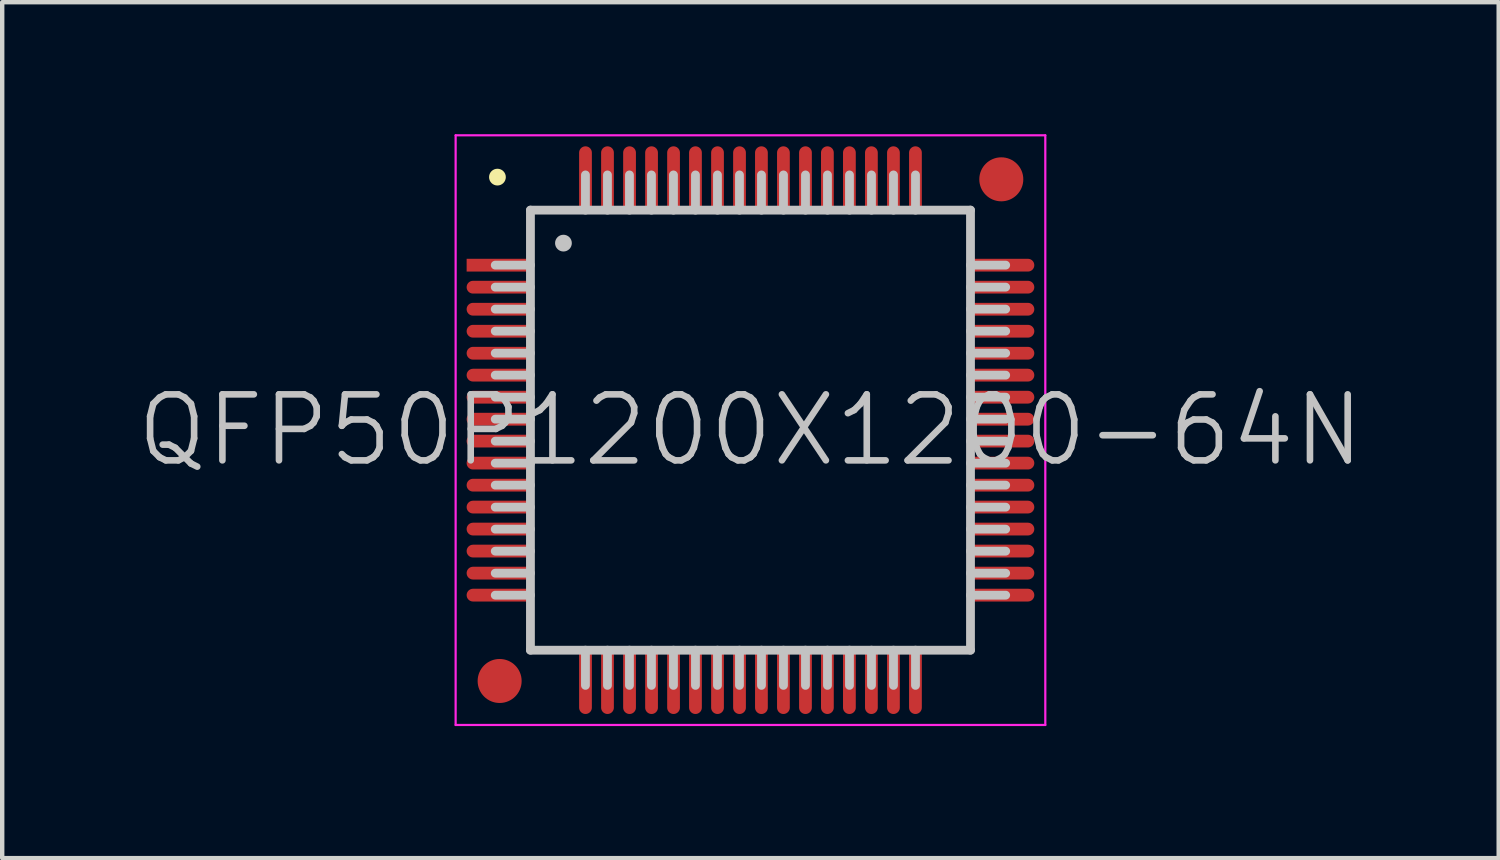
<source format=kicad_pcb>
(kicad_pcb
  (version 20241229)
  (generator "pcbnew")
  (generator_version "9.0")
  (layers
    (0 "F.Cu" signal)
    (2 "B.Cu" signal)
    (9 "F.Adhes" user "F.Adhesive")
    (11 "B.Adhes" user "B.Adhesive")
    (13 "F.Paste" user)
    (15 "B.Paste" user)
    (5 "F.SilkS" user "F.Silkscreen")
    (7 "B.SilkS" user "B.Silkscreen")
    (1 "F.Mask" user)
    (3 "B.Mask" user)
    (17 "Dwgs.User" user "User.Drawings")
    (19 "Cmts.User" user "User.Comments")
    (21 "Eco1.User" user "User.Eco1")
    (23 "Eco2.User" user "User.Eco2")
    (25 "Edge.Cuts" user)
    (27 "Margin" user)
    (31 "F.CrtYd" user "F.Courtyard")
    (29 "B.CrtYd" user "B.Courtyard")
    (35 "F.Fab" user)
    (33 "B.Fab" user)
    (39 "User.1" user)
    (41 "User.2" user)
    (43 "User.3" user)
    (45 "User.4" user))
  (footprint "QFP50P1200X1200-64N"
    (layer "F.Cu")
    (at 14.004 6.725)
    (property "Reference" "QFP50P1200X1200-64N" (at 0 0 0) (layer "Dwgs.User") (effects (font (size 1.5 1.5) (thickness 0.15))))
    (attr smd)
    (fp_line (start -5.75 -5.75) (end -5.75 -5.75) (stroke (width 0.381) (type solid)) (layer "F.SilkS"))
    (fp_line (start -5 -5) (end -5 5) (stroke (width 0.2) (type solid)) (layer "Dwgs.User"))
    (fp_line (start -5 -5) (end 5 -5) (stroke (width 0.2) (type solid)) (layer "Dwgs.User"))
    (fp_line (start -5 -3.75) (end -5.8 -3.75) (stroke (width 0.2) (type solid)) (layer "Dwgs.User"))
    (fp_line (start -5 -3.25) (end -5.8 -3.25) (stroke (width 0.2) (type solid)) (layer "Dwgs.User"))
    (fp_line (start -5 -2.75) (end -5.8 -2.75) (stroke (width 0.2) (type solid)) (layer "Dwgs.User"))
    (fp_line (start -5 -2.25) (end -5.8 -2.25) (stroke (width 0.2) (type solid)) (layer "Dwgs.User"))
    (fp_line (start -5 -1.75) (end -5.8 -1.75) (stroke (width 0.2) (type solid)) (layer "Dwgs.User"))
    (fp_line (start -5 -1.25) (end -5.8 -1.25) (stroke (width 0.2) (type solid)) (layer "Dwgs.User"))
    (fp_line (start -5 -0.75) (end -5.8 -0.75) (stroke (width 0.2) (type solid)) (layer "Dwgs.User"))
    (fp_line (start -5 -0.25) (end -5.8 -0.25) (stroke (width 0.2) (type solid)) (layer "Dwgs.User"))
    (fp_line (start -5 0.25) (end -5.8 0.25) (stroke (width 0.2) (type solid)) (layer "Dwgs.User"))
    (fp_line (start -5 0.75) (end -5.8 0.75) (stroke (width 0.2) (type solid)) (layer "Dwgs.User"))
    (fp_line (start -5 1.25) (end -5.8 1.25) (stroke (width 0.2) (type solid)) (layer "Dwgs.User"))
    (fp_line (start -5 1.75) (end -5.8 1.75) (stroke (width 0.2) (type solid)) (layer "Dwgs.User"))
    (fp_line (start -5 2.25) (end -5.8 2.25) (stroke (width 0.2) (type solid)) (layer "Dwgs.User"))
    (fp_line (start -5 2.75) (end -5.8 2.75) (stroke (width 0.2) (type solid)) (layer "Dwgs.User"))
    (fp_line (start -5 3.25) (end -5.8 3.25) (stroke (width 0.2) (type solid)) (layer "Dwgs.User"))
    (fp_line (start -5 3.75) (end -5.8 3.75) (stroke (width 0.2) (type solid)) (layer "Dwgs.User"))
    (fp_line (start -5 5) (end 5 5) (stroke (width 0.2) (type solid)) (layer "Dwgs.User"))
    (fp_line (start -4.25 -4.25) (end -4.25 -4.25) (stroke (width 0.381) (type solid)) (layer "Dwgs.User"))
    (fp_line (start -3.75 -5) (end -3.75 -5.8) (stroke (width 0.2) (type solid)) (layer "Dwgs.User"))
    (fp_line (start -3.75 5.8) (end -3.75 5) (stroke (width 0.2) (type solid)) (layer "Dwgs.User"))
    (fp_line (start -3.25 -5) (end -3.25 -5.8) (stroke (width 0.2) (type solid)) (layer "Dwgs.User"))
    (fp_line (start -3.25 5.8) (end -3.25 5) (stroke (width 0.2) (type solid)) (layer "Dwgs.User"))
    (fp_line (start -2.75 -5) (end -2.75 -5.8) (stroke (width 0.2) (type solid)) (layer "Dwgs.User"))
    (fp_line (start -2.75 5.8) (end -2.75 5) (stroke (width 0.2) (type solid)) (layer "Dwgs.User"))
    (fp_line (start -2.25 -5) (end -2.25 -5.8) (stroke (width 0.2) (type solid)) (layer "Dwgs.User"))
    (fp_line (start -2.25 5.8) (end -2.25 5) (stroke (width 0.2) (type solid)) (layer "Dwgs.User"))
    (fp_line (start -1.75 -5) (end -1.75 -5.8) (stroke (width 0.2) (type solid)) (layer "Dwgs.User"))
    (fp_line (start -1.75 5.8) (end -1.75 5) (stroke (width 0.2) (type solid)) (layer "Dwgs.User"))
    (fp_line (start -1.25 -5) (end -1.25 -5.8) (stroke (width 0.2) (type solid)) (layer "Dwgs.User"))
    (fp_line (start -1.25 5.8) (end -1.25 5) (stroke (width 0.2) (type solid)) (layer "Dwgs.User"))
    (fp_line (start -0.75 -5) (end -0.75 -5.8) (stroke (width 0.2) (type solid)) (layer "Dwgs.User"))
    (fp_line (start -0.75 5.8) (end -0.75 5) (stroke (width 0.2) (type solid)) (layer "Dwgs.User"))
    (fp_line (start -0.25 -5) (end -0.25 -5.8) (stroke (width 0.2) (type solid)) (layer "Dwgs.User"))
    (fp_line (start -0.25 5.8) (end -0.25 5) (stroke (width 0.2) (type solid)) (layer "Dwgs.User"))
    (fp_line (start 0.25 -5) (end 0.25 -5.8) (stroke (width 0.2) (type solid)) (layer "Dwgs.User"))
    (fp_line (start 0.25 5.8) (end 0.25 5) (stroke (width 0.2) (type solid)) (layer "Dwgs.User"))
    (fp_line (start 0.75 -5) (end 0.75 -5.8) (stroke (width 0.2) (type solid)) (layer "Dwgs.User"))
    (fp_line (start 0.75 5.8) (end 0.75 5) (stroke (width 0.2) (type solid)) (layer "Dwgs.User"))
    (fp_line (start 1.25 -5) (end 1.25 -5.8) (stroke (width 0.2) (type solid)) (layer "Dwgs.User"))
    (fp_line (start 1.25 5.8) (end 1.25 5) (stroke (width 0.2) (type solid)) (layer "Dwgs.User"))
    (fp_line (start 1.75 -5) (end 1.75 -5.8) (stroke (width 0.2) (type solid)) (layer "Dwgs.User"))
    (fp_line (start 1.75 5.8) (end 1.75 5) (stroke (width 0.2) (type solid)) (layer "Dwgs.User"))
    (fp_line (start 2.25 -5) (end 2.25 -5.8) (stroke (width 0.2) (type solid)) (layer "Dwgs.User"))
    (fp_line (start 2.25 5.8) (end 2.25 5) (stroke (width 0.2) (type solid)) (layer "Dwgs.User"))
    (fp_line (start 2.75 -5) (end 2.75 -5.8) (stroke (width 0.2) (type solid)) (layer "Dwgs.User"))
    (fp_line (start 2.75 5.8) (end 2.75 5) (stroke (width 0.2) (type solid)) (layer "Dwgs.User"))
    (fp_line (start 3.25 -5) (end 3.25 -5.8) (stroke (width 0.2) (type solid)) (layer "Dwgs.User"))
    (fp_line (start 3.25 5.8) (end 3.25 5) (stroke (width 0.2) (type solid)) (layer "Dwgs.User"))
    (fp_line (start 3.75 -5) (end 3.75 -5.8) (stroke (width 0.2) (type solid)) (layer "Dwgs.User"))
    (fp_line (start 3.75 5.8) (end 3.75 5) (stroke (width 0.2) (type solid)) (layer "Dwgs.User"))
    (fp_line (start 5 -5) (end 5 5) (stroke (width 0.2) (type solid)) (layer "Dwgs.User"))
    (fp_line (start 5.8 -3.75) (end 5 -3.75) (stroke (width 0.2) (type solid)) (layer "Dwgs.User"))
    (fp_line (start 5.8 -3.25) (end 5 -3.25) (stroke (width 0.2) (type solid)) (layer "Dwgs.User"))
    (fp_line (start 5.8 -2.75) (end 5 -2.75) (stroke (width 0.2) (type solid)) (layer "Dwgs.User"))
    (fp_line (start 5.8 -2.25) (end 5 -2.25) (stroke (width 0.2) (type solid)) (layer "Dwgs.User"))
    (fp_line (start 5.8 -1.75) (end 5 -1.75) (stroke (width 0.2) (type solid)) (layer "Dwgs.User"))
    (fp_line (start 5.8 -1.25) (end 5 -1.25) (stroke (width 0.2) (type solid)) (layer "Dwgs.User"))
    (fp_line (start 5.8 -0.75) (end 5 -0.75) (stroke (width 0.2) (type solid)) (layer "Dwgs.User"))
    (fp_line (start 5.8 -0.25) (end 5 -0.25) (stroke (width 0.2) (type solid)) (layer "Dwgs.User"))
    (fp_line (start 5.8 0.25) (end 5 0.25) (stroke (width 0.2) (type solid)) (layer "Dwgs.User"))
    (fp_line (start 5.8 0.75) (end 5 0.75) (stroke (width 0.2) (type solid)) (layer "Dwgs.User"))
    (fp_line (start 5.8 1.25) (end 5 1.25) (stroke (width 0.2) (type solid)) (layer "Dwgs.User"))
    (fp_line (start 5.8 1.75) (end 5 1.75) (stroke (width 0.2) (type solid)) (layer "Dwgs.User"))
    (fp_line (start 5.8 2.25) (end 5 2.25) (stroke (width 0.2) (type solid)) (layer "Dwgs.User"))
    (fp_line (start 5.8 2.75) (end 5 2.75) (stroke (width 0.2) (type solid)) (layer "Dwgs.User"))
    (fp_line (start 5.8 3.25) (end 5 3.25) (stroke (width 0.2) (type solid)) (layer "Dwgs.User"))
    (fp_line (start 5.8 3.75) (end 5 3.75) (stroke (width 0.2) (type solid)) (layer "Dwgs.User"))
    (fp_line (start -6.7 -6.7) (end -6.7 6.7) (stroke (width 0.05) (type solid)) (layer "F.CrtYd"))
    (fp_line (start -6.7 -6.7) (end 6.7 -6.7) (stroke (width 0.05) (type solid)) (layer "F.CrtYd"))
    (fp_line (start -6.7 6.7) (end 6.7 6.7) (stroke (width 0.05) (type solid)) (layer "F.CrtYd"))
    (fp_line (start 6.7 -6.7) (end 6.7 6.7) (stroke (width 0.05) (type solid)) (layer "F.CrtYd"))
    (pad "" smd circle (at -5.7 5.7) (size 1 1) (layers "F.Cu" "F.Mask"))
    (pad "" smd circle (at 5.7 -5.7) (size 1 1) (layers "F.Cu" "F.Mask"))
    (pad "1" smd rect (at -5.7 -3.749 90) (size 0.29 1.5) (layers "F.Cu" "F.Mask" "F.Paste"))
    (pad "2" smd oval (at -5.7 -3.249 90) (size 0.29 1.5) (layers "F.Cu" "F.Mask" "F.Paste"))
    (pad "3" smd oval (at -5.7 -2.748 90) (size 0.29 1.5) (layers "F.Cu" "F.Mask" "F.Paste"))
    (pad "4" smd oval (at -5.7 -2.248 90) (size 0.29 1.5) (layers "F.Cu" "F.Mask" "F.Paste"))
    (pad "5" smd oval (at -5.7 -1.748 90) (size 0.29 1.5) (layers "F.Cu" "F.Mask" "F.Paste"))
    (pad "6" smd oval (at -5.7 -1.25 90) (size 0.29 1.5) (layers "F.Cu" "F.Mask" "F.Paste"))
    (pad "7" smd oval (at -5.7 -0.749 90) (size 0.29 1.5) (layers "F.Cu" "F.Mask" "F.Paste"))
    (pad "8" smd oval (at -5.7 -0.249 90) (size 0.29 1.5) (layers "F.Cu" "F.Mask" "F.Paste"))
    (pad "9" smd oval (at -5.7 0.249 90) (size 0.29 1.5) (layers "F.Cu" "F.Mask" "F.Paste"))
    (pad "10" smd oval (at -5.7 0.749 90) (size 0.29 1.5) (layers "F.Cu" "F.Mask" "F.Paste"))
    (pad "11" smd oval (at -5.7 1.25 90) (size 0.29 1.5) (layers "F.Cu" "F.Mask" "F.Paste"))
    (pad "12" smd oval (at -5.7 1.748 90) (size 0.29 1.5) (layers "F.Cu" "F.Mask" "F.Paste"))
    (pad "13" smd oval (at -5.7 2.248 90) (size 0.29 1.5) (layers "F.Cu" "F.Mask" "F.Paste"))
    (pad "14" smd oval (at -5.7 2.748 90) (size 0.29 1.5) (layers "F.Cu" "F.Mask" "F.Paste"))
    (pad "15" smd oval (at -5.7 3.249 90) (size 0.29 1.5) (layers "F.Cu" "F.Mask" "F.Paste"))
    (pad "16" smd oval (at -5.7 3.749 90) (size 0.29 1.5) (layers "F.Cu" "F.Mask" "F.Paste"))
    (pad "17" smd oval (at -3.749 5.7 180) (size 0.29 1.5) (layers "F.Cu" "F.Mask" "F.Paste"))
    (pad "18" smd oval (at -3.249 5.7 180) (size 0.29 1.5) (layers "F.Cu" "F.Mask" "F.Paste"))
    (pad "19" smd oval (at -2.748 5.7 180) (size 0.29 1.5) (layers "F.Cu" "F.Mask" "F.Paste"))
    (pad "20" smd oval (at -2.248 5.7 180) (size 0.29 1.5) (layers "F.Cu" "F.Mask" "F.Paste"))
    (pad "21" smd oval (at -1.748 5.7 180) (size 0.29 1.5) (layers "F.Cu" "F.Mask" "F.Paste"))
    (pad "22" smd oval (at -1.25 5.7 180) (size 0.29 1.5) (layers "F.Cu" "F.Mask" "F.Paste"))
    (pad "23" smd oval (at -0.749 5.7 180) (size 0.29 1.5) (layers "F.Cu" "F.Mask" "F.Paste"))
    (pad "24" smd oval (at -0.249 5.7 180) (size 0.29 1.5) (layers "F.Cu" "F.Mask" "F.Paste"))
    (pad "25" smd oval (at 0.249 5.7 180) (size 0.29 1.5) (layers "F.Cu" "F.Mask" "F.Paste"))
    (pad "26" smd oval (at 0.749 5.7 180) (size 0.29 1.5) (layers "F.Cu" "F.Mask" "F.Paste"))
    (pad "27" smd oval (at 1.25 5.7 180) (size 0.29 1.5) (layers "F.Cu" "F.Mask" "F.Paste"))
    (pad "28" smd oval (at 1.748 5.7 180) (size 0.29 1.5) (layers "F.Cu" "F.Mask" "F.Paste"))
    (pad "29" smd oval (at 2.248 5.7 180) (size 0.29 1.5) (layers "F.Cu" "F.Mask" "F.Paste"))
    (pad "30" smd oval (at 2.748 5.7 180) (size 0.29 1.5) (layers "F.Cu" "F.Mask" "F.Paste"))
    (pad "31" smd oval (at 3.249 5.7 180) (size 0.29 1.5) (layers "F.Cu" "F.Mask" "F.Paste"))
    (pad "32" smd oval (at 3.749 5.7 180) (size 0.29 1.5) (layers "F.Cu" "F.Mask" "F.Paste"))
    (pad "33" smd oval (at 5.7 3.749 270) (size 0.29 1.5) (layers "F.Cu" "F.Mask" "F.Paste"))
    (pad "34" smd oval (at 5.7 3.249 270) (size 0.29 1.5) (layers "F.Cu" "F.Mask" "F.Paste"))
    (pad "35" smd oval (at 5.7 2.748 270) (size 0.29 1.5) (layers "F.Cu" "F.Mask" "F.Paste"))
    (pad "36" smd oval (at 5.7 2.248 270) (size 0.29 1.5) (layers "F.Cu" "F.Mask" "F.Paste"))
    (pad "37" smd oval (at 5.7 1.748 270) (size 0.29 1.5) (layers "F.Cu" "F.Mask" "F.Paste"))
    (pad "38" smd oval (at 5.7 1.25 270) (size 0.29 1.5) (layers "F.Cu" "F.Mask" "F.Paste"))
    (pad "39" smd oval (at 5.7 0.749 270) (size 0.29 1.5) (layers "F.Cu" "F.Mask" "F.Paste"))
    (pad "40" smd oval (at 5.7 0.249 270) (size 0.29 1.5) (layers "F.Cu" "F.Mask" "F.Paste"))
    (pad "41" smd oval (at 5.7 -0.249 270) (size 0.29 1.5) (layers "F.Cu" "F.Mask" "F.Paste"))
    (pad "42" smd oval (at 5.7 -0.749 270) (size 0.29 1.5) (layers "F.Cu" "F.Mask" "F.Paste"))
    (pad "43" smd oval (at 5.7 -1.25 270) (size 0.29 1.5) (layers "F.Cu" "F.Mask" "F.Paste"))
    (pad "44" smd oval (at 5.7 -1.748 270) (size 0.29 1.5) (layers "F.Cu" "F.Mask" "F.Paste"))
    (pad "45" smd oval (at 5.7 -2.248 270) (size 0.29 1.5) (layers "F.Cu" "F.Mask" "F.Paste"))
    (pad "46" smd oval (at 5.7 -2.748 270) (size 0.29 1.5) (layers "F.Cu" "F.Mask" "F.Paste"))
    (pad "47" smd oval (at 5.7 -3.249 270) (size 0.29 1.5) (layers "F.Cu" "F.Mask" "F.Paste"))
    (pad "48" smd oval (at 5.7 -3.749 270) (size 0.29 1.5) (layers "F.Cu" "F.Mask" "F.Paste"))
    (pad "49" smd oval (at 3.749 -5.7) (size 0.29 1.5) (layers "F.Cu" "F.Mask" "F.Paste"))
    (pad "50" smd oval (at 3.249 -5.7) (size 0.29 1.5) (layers "F.Cu" "F.Mask" "F.Paste"))
    (pad "51" smd oval (at 2.748 -5.7) (size 0.29 1.5) (layers "F.Cu" "F.Mask" "F.Paste"))
    (pad "52" smd oval (at 2.248 -5.7) (size 0.29 1.5) (layers "F.Cu" "F.Mask" "F.Paste"))
    (pad "53" smd oval (at 1.748 -5.7) (size 0.29 1.5) (layers "F.Cu" "F.Mask" "F.Paste"))
    (pad "54" smd oval (at 1.25 -5.7) (size 0.29 1.5) (layers "F.Cu" "F.Mask" "F.Paste"))
    (pad "55" smd oval (at 0.749 -5.7) (size 0.29 1.5) (layers "F.Cu" "F.Mask" "F.Paste"))
    (pad "56" smd oval (at 0.249 -5.7) (size 0.29 1.5) (layers "F.Cu" "F.Mask" "F.Paste"))
    (pad "57" smd oval (at -0.249 -5.7) (size 0.29 1.5) (layers "F.Cu" "F.Mask" "F.Paste"))
    (pad "58" smd oval (at -0.749 -5.7) (size 0.29 1.5) (layers "F.Cu" "F.Mask" "F.Paste"))
    (pad "59" smd oval (at -1.25 -5.7) (size 0.29 1.5) (layers "F.Cu" "F.Mask" "F.Paste"))
    (pad "60" smd oval (at -1.748 -5.7) (size 0.29 1.5) (layers "F.Cu" "F.Mask" "F.Paste"))
    (pad "61" smd oval (at -2.248 -5.7) (size 0.29 1.5) (layers "F.Cu" "F.Mask" "F.Paste"))
    (pad "62" smd oval (at -2.748 -5.7) (size 0.29 1.5) (layers "F.Cu" "F.Mask" "F.Paste"))
    (pad "63" smd oval (at -3.249 -5.7) (size 0.29 1.5) (layers "F.Cu" "F.Mask" "F.Paste"))
    (pad "64" smd oval (at -3.749 -5.7) (size 0.29 1.5) (layers "F.Cu" "F.Mask" "F.Paste")))
  (gr_rect
    (start -3 -3)
    (end 31.007 16.45)
    (stroke (width 0.1) (type default))
    (fill no)
    (layer "Edge.Cuts")))
</source>
